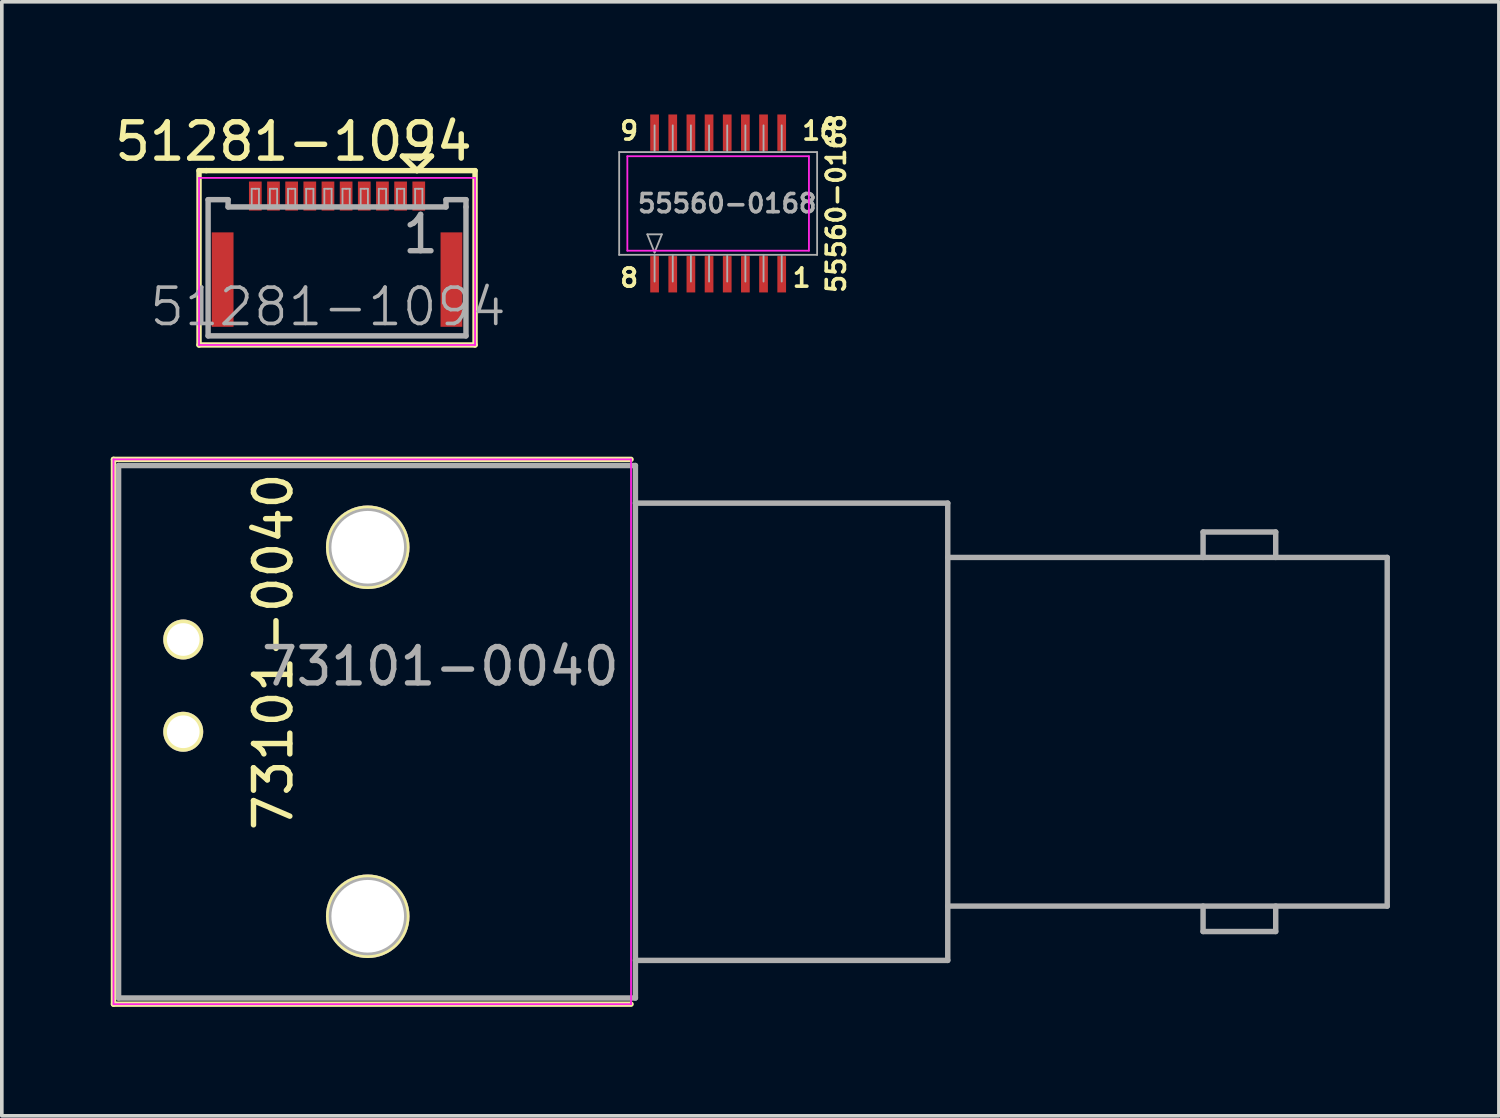
<source format=kicad_pcb>
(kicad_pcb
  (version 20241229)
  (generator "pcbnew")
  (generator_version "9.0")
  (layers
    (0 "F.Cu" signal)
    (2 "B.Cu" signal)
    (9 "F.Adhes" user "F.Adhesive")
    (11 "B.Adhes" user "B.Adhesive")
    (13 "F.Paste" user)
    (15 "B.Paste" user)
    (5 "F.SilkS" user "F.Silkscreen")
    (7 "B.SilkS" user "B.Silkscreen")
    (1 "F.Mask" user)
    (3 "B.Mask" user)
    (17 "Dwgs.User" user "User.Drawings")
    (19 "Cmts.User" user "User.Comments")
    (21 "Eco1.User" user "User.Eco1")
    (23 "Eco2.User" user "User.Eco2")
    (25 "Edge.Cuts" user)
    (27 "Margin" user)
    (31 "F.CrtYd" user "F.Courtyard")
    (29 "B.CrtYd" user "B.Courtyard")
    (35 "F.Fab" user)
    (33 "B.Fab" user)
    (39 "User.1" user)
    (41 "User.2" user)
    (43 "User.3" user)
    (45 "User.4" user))
  (footprint "51281-1094"
    (layer "F.Cu")
    (at 6.23 4.648)
    (property "Reference" "51281-1094" (at -1.2 -3.8 0) (layer "F.SilkS") (effects (font (size 1 1) (thickness 0.15))))
    (attr smd)
    (fp_line (start -3.8 -3) (end -3.6 -3) (stroke (width 0.15) (type solid)) (layer "F.SilkS"))
    (fp_line (start -3.8 1.8) (end -3.8 -3) (stroke (width 0.15) (type solid)) (layer "F.SilkS"))
    (fp_line (start -3.6 -3) (end 3.8 -3) (stroke (width 0.15) (type solid)) (layer "F.SilkS"))
    (fp_line (start 1.8 -3.4) (end 2.6 -3.4) (stroke (width 0.15) (type solid)) (layer "F.SilkS"))
    (fp_line (start 2.2 -3) (end 1.8 -3.4) (stroke (width 0.15) (type solid)) (layer "F.SilkS"))
    (fp_line (start 2.6 -3.4) (end 2.2 -3) (stroke (width 0.15) (type solid)) (layer "F.SilkS"))
    (fp_line (start 3.8 -3) (end 3.8 1.8) (stroke (width 0.15) (type solid)) (layer "F.SilkS"))
    (fp_line (start 3.8 1.8) (end -3.8 1.8) (stroke (width 0.15) (type solid)) (layer "F.SilkS"))
    (fp_line (start -3.8 -2.8) (end -3.8 1.8) (stroke (width 0.05) (type solid)) (layer "F.CrtYd"))
    (fp_line (start -3.8 1.8) (end 3.8 1.8) (stroke (width 0.05) (type solid)) (layer "F.CrtYd"))
    (fp_line (start 3.8 -2.8) (end -3.8 -2.8) (stroke (width 0.05) (type solid)) (layer "F.CrtYd"))
    (fp_line (start 3.8 1.8) (end 3.8 -2.8) (stroke (width 0.05) (type solid)) (layer "F.CrtYd"))
    (fp_line (start -3.55 -2.2) (end -3 -2.2) (stroke (width 0.15) (type solid)) (layer "F.Fab"))
    (fp_line (start -3.55 1.55) (end -3.55 -2.2) (stroke (width 0.15) (type solid)) (layer "F.Fab"))
    (fp_line (start -3 -2.2) (end -3 -2) (stroke (width 0.15) (type solid)) (layer "F.Fab"))
    (fp_line (start -3 -2) (end 3 -2) (stroke (width 0.15) (type solid)) (layer "F.Fab"))
    (fp_line (start -2.35 -2.5) (end -2.35 -2) (stroke (width 0.05) (type solid)) (layer "F.Fab"))
    (fp_line (start -2.25 -2.5) (end -2.35 -2.5) (stroke (width 0.05) (type solid)) (layer "F.Fab"))
    (fp_line (start -2.25 -2.5) (end -2.15 -2.5) (stroke (width 0.05) (type solid)) (layer "F.Fab"))
    (fp_line (start -2.15 -2.5) (end -2.15 -2) (stroke (width 0.05) (type solid)) (layer "F.Fab"))
    (fp_line (start -1.85 -2.5) (end -1.85 -2) (stroke (width 0.05) (type solid)) (layer "F.Fab"))
    (fp_line (start -1.75 -2.5) (end -1.85 -2.5) (stroke (width 0.05) (type solid)) (layer "F.Fab"))
    (fp_line (start -1.75 -2.5) (end -1.65 -2.5) (stroke (width 0.05) (type solid)) (layer "F.Fab"))
    (fp_line (start -1.65 -2.5) (end -1.65 -2) (stroke (width 0.05) (type solid)) (layer "F.Fab"))
    (fp_line (start -1.35 -2.5) (end -1.35 -2) (stroke (width 0.05) (type solid)) (layer "F.Fab"))
    (fp_line (start -1.25 -2.5) (end -1.35 -2.5) (stroke (width 0.05) (type solid)) (layer "F.Fab"))
    (fp_line (start -1.25 -2.5) (end -1.15 -2.5) (stroke (width 0.05) (type solid)) (layer "F.Fab"))
    (fp_line (start -1.15 -2.5) (end -1.15 -2) (stroke (width 0.05) (type solid)) (layer "F.Fab"))
    (fp_line (start -0.85 -2.5) (end -0.85 -2) (stroke (width 0.05) (type solid)) (layer "F.Fab"))
    (fp_line (start -0.75 -2.5) (end -0.85 -2.5) (stroke (width 0.05) (type solid)) (layer "F.Fab"))
    (fp_line (start -0.75 -2.5) (end -0.65 -2.5) (stroke (width 0.05) (type solid)) (layer "F.Fab"))
    (fp_line (start -0.65 -2.5) (end -0.65 -2) (stroke (width 0.05) (type solid)) (layer "F.Fab"))
    (fp_line (start -0.35 -2.5) (end -0.35 -2) (stroke (width 0.05) (type solid)) (layer "F.Fab"))
    (fp_line (start -0.25 -2.5) (end -0.35 -2.5) (stroke (width 0.05) (type solid)) (layer "F.Fab"))
    (fp_line (start -0.25 -2.5) (end -0.15 -2.5) (stroke (width 0.05) (type solid)) (layer "F.Fab"))
    (fp_line (start -0.15 -2.5) (end -0.15 -2) (stroke (width 0.05) (type solid)) (layer "F.Fab"))
    (fp_line (start 0.15 -2.5) (end 0.15 -2) (stroke (width 0.05) (type solid)) (layer "F.Fab"))
    (fp_line (start 0.25 -2.5) (end 0.15 -2.5) (stroke (width 0.05) (type solid)) (layer "F.Fab"))
    (fp_line (start 0.25 -2.5) (end 0.35 -2.5) (stroke (width 0.05) (type solid)) (layer "F.Fab"))
    (fp_line (start 0.35 -2.5) (end 0.35 -2) (stroke (width 0.05) (type solid)) (layer "F.Fab"))
    (fp_line (start 0.65 -2.5) (end 0.65 -2) (stroke (width 0.05) (type solid)) (layer "F.Fab"))
    (fp_line (start 0.75 -2.5) (end 0.65 -2.5) (stroke (width 0.05) (type solid)) (layer "F.Fab"))
    (fp_line (start 0.75 -2.5) (end 0.85 -2.5) (stroke (width 0.05) (type solid)) (layer "F.Fab"))
    (fp_line (start 0.85 -2.5) (end 0.85 -2) (stroke (width 0.05) (type solid)) (layer "F.Fab"))
    (fp_line (start 1.15 -2.5) (end 1.15 -2) (stroke (width 0.05) (type solid)) (layer "F.Fab"))
    (fp_line (start 1.25 -2.5) (end 1.15 -2.5) (stroke (width 0.05) (type solid)) (layer "F.Fab"))
    (fp_line (start 1.25 -2.5) (end 1.35 -2.5) (stroke (width 0.05) (type solid)) (layer "F.Fab"))
    (fp_line (start 1.35 -2.5) (end 1.35 -2) (stroke (width 0.05) (type solid)) (layer "F.Fab"))
    (fp_line (start 1.65 -2.5) (end 1.65 -2) (stroke (width 0.05) (type solid)) (layer "F.Fab"))
    (fp_line (start 1.75 -2.5) (end 1.65 -2.5) (stroke (width 0.05) (type solid)) (layer "F.Fab"))
    (fp_line (start 1.75 -2.5) (end 1.85 -2.5) (stroke (width 0.05) (type solid)) (layer "F.Fab"))
    (fp_line (start 1.85 -2.5) (end 1.85 -2) (stroke (width 0.05) (type solid)) (layer "F.Fab"))
    (fp_line (start 2.15 -2.5) (end 2.15 -2) (stroke (width 0.05) (type solid)) (layer "F.Fab"))
    (fp_line (start 2.25 -2.5) (end 2.15 -2.5) (stroke (width 0.05) (type solid)) (layer "F.Fab"))
    (fp_line (start 2.25 -2.5) (end 2.35 -2.5) (stroke (width 0.05) (type solid)) (layer "F.Fab"))
    (fp_line (start 2.35 -2.5) (end 2.35 -2) (stroke (width 0.05) (type solid)) (layer "F.Fab"))
    (fp_line (start 3 -2.2) (end 3.55 -2.2) (stroke (width 0.15) (type solid)) (layer "F.Fab"))
    (fp_line (start 3 -2) (end 3 -2.2) (stroke (width 0.15) (type solid)) (layer "F.Fab"))
    (fp_line (start 3.55 -2.2) (end 3.55 -2) (stroke (width 0.15) (type solid)) (layer "F.Fab"))
    (fp_line (start 3.55 -2) (end 3.55 1.55) (stroke (width 0.15) (type solid)) (layer "F.Fab"))
    (fp_line (start 3.55 1.55) (end -3.55 1.55) (stroke (width 0.15) (type solid)) (layer "F.Fab"))
    (fp_text user "1" (at 2.3 -1.25 0) (layer "F.Fab") (effects (font (size 1 1) (thickness 0.15))))
    (fp_text user "${REFERENCE}" (at -0.25 0.75 0) (layer "F.Fab") (effects (font (size 1 1) (thickness 0.1))))
    (pad "1" smd rect (at 2.25 -2.3) (size 0.35 0.8) (layers "F.Cu" "F.Mask" "F.Paste"))
    (pad "2" smd rect (at 1.75 -2.3) (size 0.35 0.8) (layers "F.Cu" "F.Mask" "F.Paste"))
    (pad "3" smd rect (at 1.25 -2.3) (size 0.35 0.8) (layers "F.Cu" "F.Mask" "F.Paste"))
    (pad "4" smd rect (at 0.75 -2.3) (size 0.35 0.8) (layers "F.Cu" "F.Mask" "F.Paste"))
    (pad "5" smd rect (at 0.25 -2.3) (size 0.35 0.8) (layers "F.Cu" "F.Mask" "F.Paste"))
    (pad "6" smd rect (at -0.25 -2.3) (size 0.35 0.8) (layers "F.Cu" "F.Mask" "F.Paste"))
    (pad "7" smd rect (at -0.75 -2.3) (size 0.35 0.8) (layers "F.Cu" "F.Mask" "F.Paste"))
    (pad "8" smd rect (at -1.25 -2.3) (size 0.35 0.8) (layers "F.Cu" "F.Mask" "F.Paste"))
    (pad "9" smd rect (at -1.75 -2.3) (size 0.35 0.8) (layers "F.Cu" "F.Mask" "F.Paste"))
    (pad "10" smd rect (at -2.25 -2.3) (size 0.35 0.8) (layers "F.Cu" "F.Mask" "F.Paste"))
    (pad "11" smd rect (at -3.15 0) (size 0.6 2.6) (layers "F.Cu" "F.Mask" "F.Paste"))
    (pad "12" smd rect (at 3.15 0) (size 0.6 2.6) (layers "F.Cu" "F.Mask" "F.Paste")))
  (footprint "55560-0168"
    (layer "F.Cu")
    (at 16.723 2.552)
    (property "Reference" "55560-0168" (at 3.25 0 90) (layer "F.SilkS") (effects (font (size 0.5 0.5) (thickness 0.1))))
    (attr smd)
    (fp_line (start -2.5 -1.3) (end 2.5 -1.3) (stroke (width 0.05) (type solid)) (layer "F.CrtYd"))
    (fp_line (start -2.5 1.3) (end -2.5 -1.3) (stroke (width 0.05) (type solid)) (layer "F.CrtYd"))
    (fp_line (start 2.5 -1.3) (end 2.5 1.3) (stroke (width 0.05) (type solid)) (layer "F.CrtYd"))
    (fp_line (start 2.5 1.3) (end -2.5 1.3) (stroke (width 0.05) (type solid)) (layer "F.CrtYd"))
    (fp_line (start -2.725 -1.415) (end 2.725 -1.415) (stroke (width 0.05) (type solid)) (layer "F.Fab"))
    (fp_line (start -2.725 1.415) (end -2.725 -1.415) (stroke (width 0.05) (type solid)) (layer "F.Fab"))
    (fp_line (start -1.95 0.85) (end -1.55 0.85) (stroke (width 0.05) (type solid)) (layer "F.Fab"))
    (fp_line (start -1.75 -1.415) (end -1.75 -2.15) (stroke (width 0.05) (type solid)) (layer "F.Fab"))
    (fp_line (start -1.75 1.35) (end -1.95 0.85) (stroke (width 0.05) (type solid)) (layer "F.Fab"))
    (fp_line (start -1.75 2.15) (end -1.75 1.415) (stroke (width 0.05) (type solid)) (layer "F.Fab"))
    (fp_line (start -1.55 0.85) (end -1.75 1.35) (stroke (width 0.05) (type solid)) (layer "F.Fab"))
    (fp_line (start -1.25 -1.415) (end -1.25 -2.15) (stroke (width 0.05) (type solid)) (layer "F.Fab"))
    (fp_line (start -1.25 2.15) (end -1.25 1.415) (stroke (width 0.05) (type solid)) (layer "F.Fab"))
    (fp_line (start -0.75 -1.415) (end -0.75 -2.15) (stroke (width 0.05) (type solid)) (layer "F.Fab"))
    (fp_line (start -0.75 2.15) (end -0.75 1.415) (stroke (width 0.05) (type solid)) (layer "F.Fab"))
    (fp_line (start -0.25 -1.415) (end -0.25 -2.15) (stroke (width 0.05) (type solid)) (layer "F.Fab"))
    (fp_line (start -0.25 2.15) (end -0.25 1.415) (stroke (width 0.05) (type solid)) (layer "F.Fab"))
    (fp_line (start 0.25 -1.415) (end 0.25 -2.15) (stroke (width 0.05) (type solid)) (layer "F.Fab"))
    (fp_line (start 0.25 2.15) (end 0.25 1.415) (stroke (width 0.05) (type solid)) (layer "F.Fab"))
    (fp_line (start 0.75 -1.415) (end 0.75 -2.15) (stroke (width 0.05) (type solid)) (layer "F.Fab"))
    (fp_line (start 0.75 2.15) (end 0.75 1.415) (stroke (width 0.05) (type solid)) (layer "F.Fab"))
    (fp_line (start 1.25 -1.415) (end 1.25 -2.15) (stroke (width 0.05) (type solid)) (layer "F.Fab"))
    (fp_line (start 1.25 2.15) (end 1.25 1.415) (stroke (width 0.05) (type solid)) (layer "F.Fab"))
    (fp_line (start 1.75 -1.415) (end 1.75 -2.15) (stroke (width 0.05) (type solid)) (layer "F.Fab"))
    (fp_line (start 1.75 2.15) (end 1.75 1.415) (stroke (width 0.05) (type solid)) (layer "F.Fab"))
    (fp_line (start 2.725 -1.415) (end 2.725 1.415) (stroke (width 0.05) (type solid)) (layer "F.Fab"))
    (fp_line (start 2.725 1.415) (end -2.725 1.415) (stroke (width 0.05) (type solid)) (layer "F.Fab"))
    (fp_text user "8" (at -2.45 2.05 0) (layer "F.SilkS") (effects (font (size 0.5 0.5) (thickness 0.1))))
    (fp_text user "1" (at 2.3 2.05 0) (layer "F.SilkS") (effects (font (size 0.5 0.5) (thickness 0.1))))
    (fp_text user "9" (at -2.45 -2 0) (layer "F.SilkS") (effects (font (size 0.5 0.5) (thickness 0.1))))
    (fp_text user "16" (at 2.8 -2 0) (layer "F.SilkS") (effects (font (size 0.5 0.5) (thickness 0.1))))
    (fp_text user "${REFERENCE}" (at 0.25 0 0) (layer "F.Fab") (effects (font (size 0.5 0.5) (thickness 0.1))))
    (pad "1" smd rect (at 1.75 1.95) (size 0.24 1) (layers "F.Cu" "F.Mask" "F.Paste"))
    (pad "2" smd rect (at 1.25 1.95) (size 0.24 1) (layers "F.Cu" "F.Mask" "F.Paste"))
    (pad "3" smd rect (at 0.75 1.95) (size 0.24 1) (layers "F.Cu" "F.Mask" "F.Paste"))
    (pad "4" smd rect (at 0.25 1.95) (size 0.24 1) (layers "F.Cu" "F.Mask" "F.Paste"))
    (pad "5" smd rect (at -0.25 1.95) (size 0.24 1) (layers "F.Cu" "F.Mask" "F.Paste"))
    (pad "6" smd rect (at -0.75 1.95) (size 0.24 1) (layers "F.Cu" "F.Mask" "F.Paste"))
    (pad "7" smd rect (at -1.25 1.95) (size 0.24 1) (layers "F.Cu" "F.Mask" "F.Paste"))
    (pad "8" smd rect (at -1.75 1.95) (size 0.24 1) (layers "F.Cu" "F.Mask" "F.Paste"))
    (pad "9" smd rect (at -1.75 -1.95) (size 0.24 1) (layers "F.Cu" "F.Mask" "F.Paste"))
    (pad "10" smd rect (at -1.25 -1.95) (size 0.24 1) (layers "F.Cu" "F.Mask" "F.Paste"))
    (pad "11" smd rect (at -0.75 -1.95) (size 0.24 1) (layers "F.Cu" "F.Mask" "F.Paste"))
    (pad "12" smd rect (at -0.25 -1.95) (size 0.24 1) (layers "F.Cu" "F.Mask" "F.Paste"))
    (pad "13" smd rect (at 0.25 -1.95) (size 0.24 1) (layers "F.Cu" "F.Mask" "F.Paste"))
    (pad "14" smd rect (at 0.75 -1.95) (size 0.24 1) (layers "F.Cu" "F.Mask" "F.Paste"))
    (pad "15" smd rect (at 1.25 -1.95) (size 0.24 1) (layers "F.Cu" "F.Mask" "F.Paste"))
    (pad "16" smd rect (at 1.75 -1.95) (size 0.24 1) (layers "F.Cu" "F.Mask" "F.Paste")))
  (footprint "73101-0040"
    (layer "F.Cu")
    (at 7.075 17.098)
    (property "Reference" "73101-0040" (at -2.6 -2.2 90) (layer "F.SilkS") (effects (font (size 1 1) (thickness 0.15))))
    (attr through_hole)
    (fp_line (start -7 -7.5) (end -7 7.5) (stroke (width 0.15) (type solid)) (layer "F.SilkS"))
    (fp_line (start -7 -7.5) (end 7.25 -7.5) (stroke (width 0.15) (type solid)) (layer "F.SilkS"))
    (fp_line (start -7 7.5) (end 7.25 7.5) (stroke (width 0.15) (type solid)) (layer "F.SilkS"))
    (fp_line (start -7 -7.5) (end -7 7.5) (stroke (width 0.05) (type solid)) (layer "F.CrtYd"))
    (fp_line (start -7 7.5) (end 7.25 7.5) (stroke (width 0.05) (type solid)) (layer "F.CrtYd"))
    (fp_line (start 7.25 -7.5) (end -7 -7.5) (stroke (width 0.05) (type solid)) (layer "F.CrtYd"))
    (fp_line (start 7.25 7.5) (end 7.25 -7.5) (stroke (width 0.05) (type solid)) (layer "F.CrtYd"))
    (fp_line (start -6.86 -7.33) (end -6.86 7.33) (stroke (width 0.15) (type solid)) (layer "F.Fab"))
    (fp_line (start -6.86 7.33) (end 7.37 7.33) (stroke (width 0.15) (type solid)) (layer "F.Fab"))
    (fp_line (start 7.37 -7.33) (end -6.86 -7.33) (stroke (width 0.15) (type solid)) (layer "F.Fab"))
    (fp_line (start 7.37 -7.33) (end 7.37 7.33) (stroke (width 0.15) (type solid)) (layer "F.Fab"))
    (fp_line (start 15.97 -6.295) (end 7.37 -6.295) (stroke (width 0.15) (type solid)) (layer "F.Fab"))
    (fp_line (start 15.97 -6.295) (end 15.97 6.295) (stroke (width 0.15) (type solid)) (layer "F.Fab"))
    (fp_line (start 15.97 -4.8) (end 28.07 -4.8) (stroke (width 0.15) (type solid)) (layer "F.Fab"))
    (fp_line (start 15.97 4.8) (end 28.07 4.8) (stroke (width 0.15) (type solid)) (layer "F.Fab"))
    (fp_line (start 15.97 6.295) (end 7.37 6.295) (stroke (width 0.15) (type solid)) (layer "F.Fab"))
    (fp_line (start 23 -5.5) (end 25 -5.5) (stroke (width 0.15) (type solid)) (layer "F.Fab"))
    (fp_line (start 23 -4.8) (end 23 -5.5) (stroke (width 0.15) (type solid)) (layer "F.Fab"))
    (fp_line (start 23 4.8) (end 23 5.5) (stroke (width 0.15) (type solid)) (layer "F.Fab"))
    (fp_line (start 23 5.5) (end 25 5.5) (stroke (width 0.15) (type solid)) (layer "F.Fab"))
    (fp_line (start 25 -5.5) (end 25 -4.8) (stroke (width 0.15) (type solid)) (layer "F.Fab"))
    (fp_line (start 25 5.5) (end 25 4.8) (stroke (width 0.15) (type solid)) (layer "F.Fab"))
    (fp_line (start 28.07 -4.8) (end 28.07 4.8) (stroke (width 0.15) (type solid)) (layer "F.Fab"))
    (fp_circle (center 0 -5.08) (end 0 -4.08) (stroke (width 0.15) (type solid)) (fill no) (layer "F.Fab"))
    (fp_circle (center 0 5.08) (end 0 4.08) (stroke (width 0.15) (type solid)) (fill no) (layer "F.Fab"))
    (fp_text user "${REFERENCE}" (at 2 -1.8 0) (layer "F.Fab") (effects (font (size 1 1) (thickness 0.15))))
    (pad "" np_thru_hole circle (at 0 -5.08) (size 2.3 2.3) (drill 2) (layers "*.Cu" "*.Mask" "F.SilkS"))
    (pad "" np_thru_hole circle (at 0 5.08) (size 2.3 2.3) (drill 2) (layers "*.Cu" "*.Mask" "F.SilkS"))
    (pad "1" thru_hole circle (at -5.08 0) (size 1.1 1.1) (drill 0.9) (layers "*.Cu" "*.Mask" "F.SilkS"))
    (pad "2" thru_hole circle (at -5.08 -2.54) (size 1.1 1.1) (drill 0.9) (layers "*.Cu" "*.Mask" "F.SilkS")))
  (gr_rect
    (start -3 -3)
    (end 38.22 27.673)
    (stroke (width 0.1) (type default))
    (fill no)
    (layer "Edge.Cuts")))
</source>
